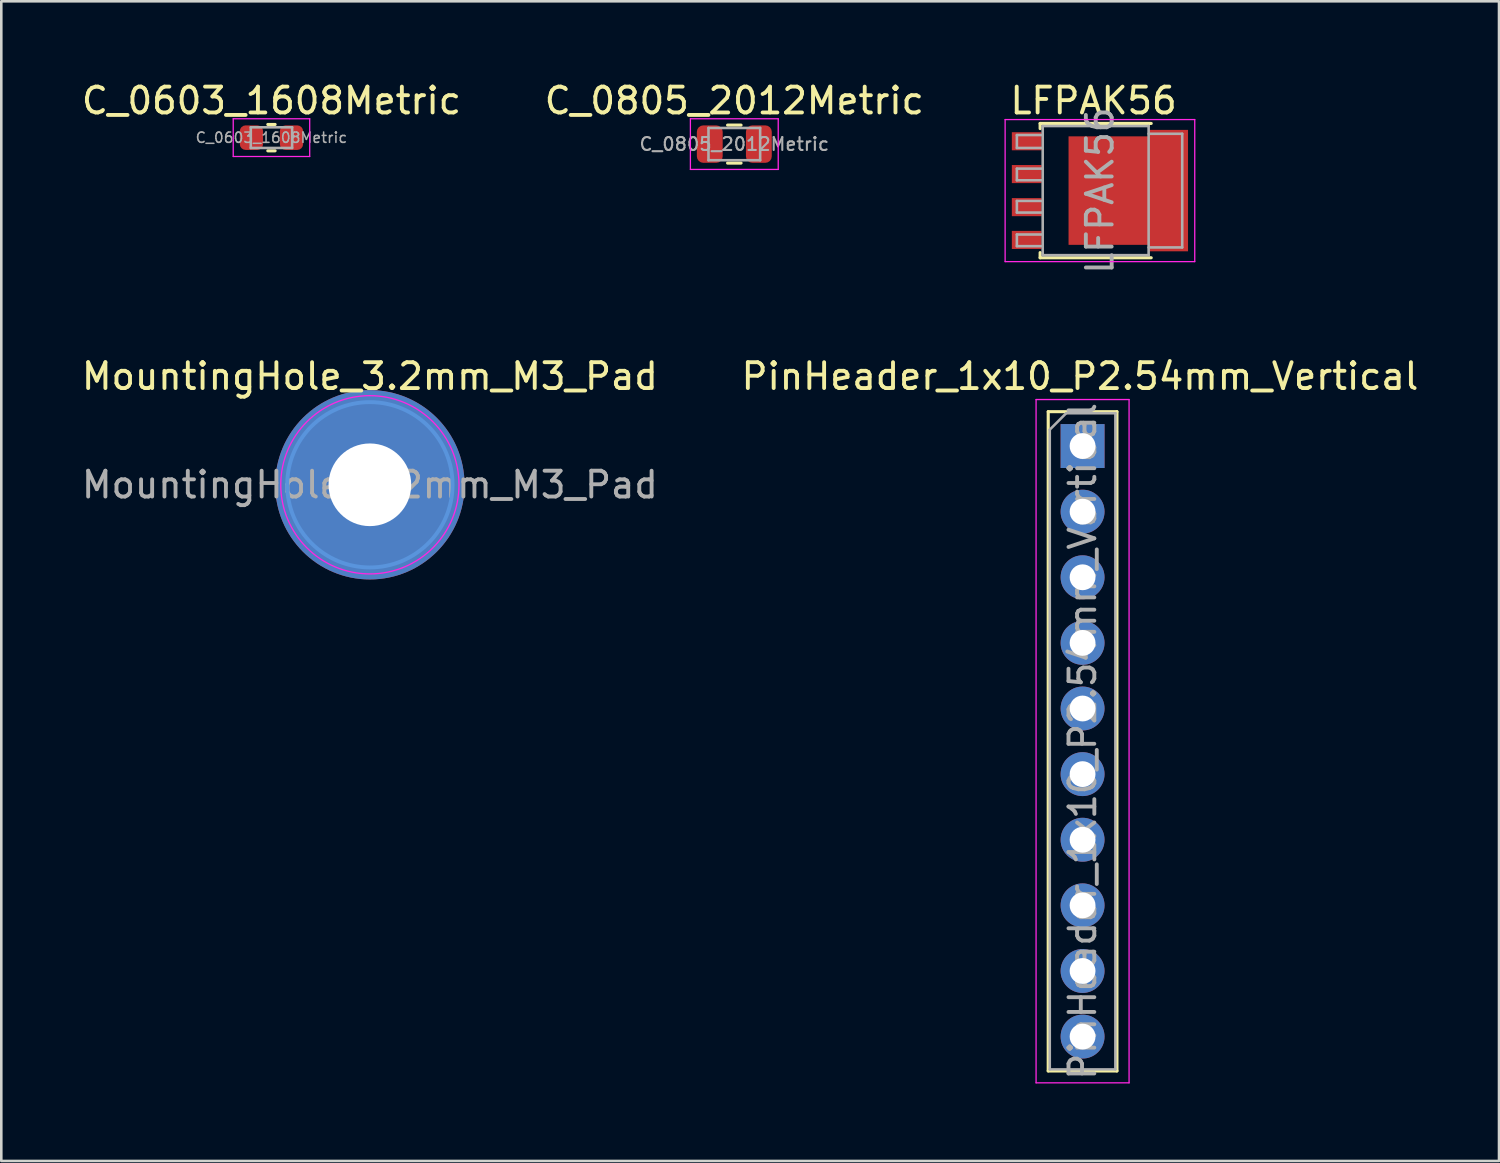
<source format=kicad_pcb>
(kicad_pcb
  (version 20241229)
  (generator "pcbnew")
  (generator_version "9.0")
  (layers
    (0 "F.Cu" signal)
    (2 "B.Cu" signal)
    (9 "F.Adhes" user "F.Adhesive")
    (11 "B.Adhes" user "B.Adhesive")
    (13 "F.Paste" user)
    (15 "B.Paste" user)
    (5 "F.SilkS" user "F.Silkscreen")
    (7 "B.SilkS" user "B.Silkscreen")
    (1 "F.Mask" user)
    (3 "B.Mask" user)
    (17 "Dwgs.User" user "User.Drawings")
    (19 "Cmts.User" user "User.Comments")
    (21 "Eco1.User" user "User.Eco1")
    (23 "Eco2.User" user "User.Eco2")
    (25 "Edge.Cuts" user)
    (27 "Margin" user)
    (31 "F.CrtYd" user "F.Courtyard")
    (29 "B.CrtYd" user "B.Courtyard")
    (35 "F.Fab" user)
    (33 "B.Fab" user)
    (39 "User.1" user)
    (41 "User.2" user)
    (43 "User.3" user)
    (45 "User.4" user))
  (footprint "LFPAK56"
    (layer "F.Cu")
    (at 39.363 4.328)
    (property "Reference" "LFPAK56" (at -0.08 -3.48 0) (layer "F.SilkS") (effects (font (size 1 1) (thickness 0.15))))
    (attr smd)
    (fp_line (start -2.15 -2.6) (end -2.15 -2.4) (stroke (width 0.12) (type solid)) (layer "F.SilkS"))
    (fp_line (start -2.15 2.4) (end -2.15 2.6) (stroke (width 0.12) (type solid)) (layer "F.SilkS"))
    (fp_line (start -2.15 2.6) (end 2.15 2.6) (stroke (width 0.12) (type solid)) (layer "F.SilkS"))
    (fp_line (start 2.15 -2.6) (end -2.15 -2.6) (stroke (width 0.12) (type solid)) (layer "F.SilkS"))
    (fp_line (start -3.505 2.75) (end -3.505 -2.75) (stroke (width 0.05) (type solid)) (layer "F.CrtYd"))
    (fp_line (start -3.505 2.75) (end 3.835 2.75) (stroke (width 0.05) (type solid)) (layer "F.CrtYd"))
    (fp_line (start 3.835 -2.75) (end -3.505 -2.75) (stroke (width 0.05) (type solid)) (layer "F.CrtYd"))
    (fp_line (start 3.835 -2.75) (end 3.835 2.75) (stroke (width 0.05) (type solid)) (layer "F.CrtYd"))
    (fp_line (start -3.05 -2.15) (end -3.05 -1.65) (stroke (width 0.1) (type solid)) (layer "F.Fab"))
    (fp_line (start -3.05 -2.15) (end -2.05 -2.15) (stroke (width 0.1) (type solid)) (layer "F.Fab"))
    (fp_line (start -3.05 -1.65) (end -2.05 -1.65) (stroke (width 0.1) (type solid)) (layer "F.Fab"))
    (fp_line (start -3.05 -0.85) (end -3.05 -0.4) (stroke (width 0.1) (type solid)) (layer "F.Fab"))
    (fp_line (start -3.05 -0.4) (end -2.05 -0.4) (stroke (width 0.1) (type solid)) (layer "F.Fab"))
    (fp_line (start -3.05 0.4) (end -3.05 0.85) (stroke (width 0.1) (type solid)) (layer "F.Fab"))
    (fp_line (start -3.05 0.85) (end -2.05 0.85) (stroke (width 0.1) (type solid)) (layer "F.Fab"))
    (fp_line (start -3.05 1.7) (end -3.05 2.15) (stroke (width 0.1) (type solid)) (layer "F.Fab"))
    (fp_line (start -3.05 2.15) (end -2.05 2.15) (stroke (width 0.1) (type solid)) (layer "F.Fab"))
    (fp_line (start -2.05 -2.5) (end -2.05 2.5) (stroke (width 0.1) (type solid)) (layer "F.Fab"))
    (fp_line (start -2.05 -0.85) (end -3.05 -0.85) (stroke (width 0.1) (type solid)) (layer "F.Fab"))
    (fp_line (start -2.05 0.4) (end -3.05 0.4) (stroke (width 0.1) (type solid)) (layer "F.Fab"))
    (fp_line (start -2.05 1.7) (end -3.05 1.7) (stroke (width 0.1) (type solid)) (layer "F.Fab"))
    (fp_line (start -2.05 2.5) (end 2.05 2.5) (stroke (width 0.1) (type solid)) (layer "F.Fab"))
    (fp_line (start 2.05 -2.5) (end -2.05 -2.5) (stroke (width 0.1) (type solid)) (layer "F.Fab"))
    (fp_line (start 2.05 2.5) (end 2.05 -2.5) (stroke (width 0.1) (type solid)) (layer "F.Fab"))
    (fp_line (start 3.35 -2.2) (end 2.05 -2.2) (stroke (width 0.1) (type solid)) (layer "F.Fab"))
    (fp_line (start 3.35 -2.2) (end 3.35 2.2) (stroke (width 0.1) (type solid)) (layer "F.Fab"))
    (fp_line (start 3.35 2.2) (end 2.05 2.2) (stroke (width 0.1) (type solid)) (layer "F.Fab"))
    (fp_text user "${REFERENCE}" (at 0.165 0 270) (layer "F.Fab") (effects (font (size 1 1) (thickness 0.15))))
    (pad "" smd rect (at -0.5 -1.15) (size 0.6 0.9) (layers "F.Paste"))
    (pad "" smd rect (at -0.5 0) (size 0.6 0.9) (layers "F.Paste"))
    (pad "" smd rect (at -0.5 1.15) (size 0.6 0.9) (layers "F.Paste"))
    (pad "" smd rect (at 0.35 -1.15) (size 0.6 0.9) (layers "F.Paste"))
    (pad "" smd rect (at 0.35 0) (size 0.6 0.9) (layers "F.Paste"))
    (pad "" smd rect (at 0.35 1.15) (size 0.6 0.9) (layers "F.Paste"))
    (pad "" smd rect (at 1.2 -1.15) (size 0.6 0.9) (layers "F.Paste"))
    (pad "" smd rect (at 1.2 0) (size 0.6 0.9) (layers "F.Paste"))
    (pad "" smd rect (at 1.2 1.15) (size 0.6 0.9) (layers "F.Paste"))
    (pad "" smd rect (at 3.05 -1.88 270) (size 0.6 0.9) (layers "F.Paste"))
    (pad "" smd rect (at 3.05 -0.6 270) (size 0.6 0.9) (layers "F.Paste"))
    (pad "" smd rect (at 3.05 0.6 270) (size 0.6 0.9) (layers "F.Paste"))
    (pad "" smd rect (at 3.05 1.88 270) (size 0.6 0.9) (layers "F.Paste"))
    (pad "1" smd rect (at -2.67 -1.91 270) (size 0.7 1.15) (layers "F.Cu" "F.Mask" "F.Paste"))
    (pad "2" smd rect (at -2.67 -0.64 270) (size 0.7 1.15) (layers "F.Cu" "F.Mask" "F.Paste"))
    (pad "3" smd rect (at -2.67 0.64 270) (size 0.7 1.15) (layers "F.Cu" "F.Mask" "F.Paste"))
    (pad "4" smd rect (at -2.67 1.91 270) (size 0.7 1.15) (layers "F.Cu" "F.Mask" "F.Paste"))
    (pad "5" smd custom (at 0.6 0) (size 3.3 4.2) (layers "F.Cu" "F.Mask") (options (anchor rect)) (primitives (gr_poly (pts (xy 2.975 2.35) (xy 1.425 2.35) (xy 1.425 -2.35) (xy 2.975 -2.35)) (width 0) (fill yes)))))
  (footprint "C_0603_1608Metric"
    (layer "F.Cu")
    (at 7.458 2.278)
    (property "Reference" "C_0603_1608Metric" (at 0 -1.43 0) (layer "F.SilkS") (effects (font (size 1 1) (thickness 0.15))))
    (attr smd)
    (fp_line (start -0.141 -0.51) (end 0.141 -0.51) (stroke (width 0.12) (type solid)) (layer "F.SilkS"))
    (fp_line (start -0.141 0.51) (end 0.141 0.51) (stroke (width 0.12) (type solid)) (layer "F.SilkS"))
    (fp_line (start -1.48 -0.73) (end 1.48 -0.73) (stroke (width 0.05) (type solid)) (layer "F.CrtYd"))
    (fp_line (start -1.48 0.73) (end -1.48 -0.73) (stroke (width 0.05) (type solid)) (layer "F.CrtYd"))
    (fp_line (start 1.48 -0.73) (end 1.48 0.73) (stroke (width 0.05) (type solid)) (layer "F.CrtYd"))
    (fp_line (start 1.48 0.73) (end -1.48 0.73) (stroke (width 0.05) (type solid)) (layer "F.CrtYd"))
    (fp_line (start -0.8 -0.4) (end 0.8 -0.4) (stroke (width 0.1) (type solid)) (layer "F.Fab"))
    (fp_line (start -0.8 0.4) (end -0.8 -0.4) (stroke (width 0.1) (type solid)) (layer "F.Fab"))
    (fp_line (start 0.8 -0.4) (end 0.8 0.4) (stroke (width 0.1) (type solid)) (layer "F.Fab"))
    (fp_line (start 0.8 0.4) (end -0.8 0.4) (stroke (width 0.1) (type solid)) (layer "F.Fab"))
    (fp_text user "${REFERENCE}" (at 0 0 0) (layer "F.Fab") (effects (font (size 0.4 0.4) (thickness 0.06))))
    (pad "1" smd roundrect (at -0.775 0 180) (size 0.9 0.95) (layers "F.Cu" "F.Mask" "F.Paste") (roundrect_rratio 0.25))
    (pad "2" smd roundrect (at 0.775 0 180) (size 0.9 0.95) (layers "F.Cu" "F.Mask" "F.Paste") (roundrect_rratio 0.25)))
  (footprint "MountingHole_3.2mm_M3_Pad"
    (layer "F.Cu")
    (at 11.268 15.716)
    (property "Reference" "MountingHole_3.2mm_M3_Pad" (at 0 -4.2 0) (layer "F.SilkS") (effects (font (size 1 1) (thickness 0.15))))
    (attr exclude_from_pos_files exclude_from_bom)
    (fp_circle (center 0 0) (end 3.2 0) (stroke (width 0.15) (type solid)) (fill no) (layer "Cmts.User"))
    (fp_circle (center 0 0) (end 3.45 0) (stroke (width 0.05) (type solid)) (fill no) (layer "F.CrtYd"))
    (fp_text user "${REFERENCE}" (at 0 0 0) (layer "F.Fab") (effects (font (size 1 1) (thickness 0.15))))
    (pad "1" thru_hole circle (at 0 0) (size 7.33 7.33) (drill 3.2) (layers "*.Cu" "*.Mask")))
  (footprint "PinHeader_1x10_P2.54mm_Vertical"
    (layer "F.Cu")
    (at 38.856 14.216)
    (property "Reference" "PinHeader_1x10_P2.54mm_Vertical" (at -0.1 -2.7 0) (layer "F.SilkS") (effects (font (size 1 1) (thickness 0.15))))
    (attr through_hole)
    (fp_line (start -1.33 -1.33) (end -1.33 24.19) (stroke (width 0.12) (type solid)) (layer "F.SilkS"))
    (fp_line (start -1.33 -1.33) (end 1.33 -1.33) (stroke (width 0.12) (type solid)) (layer "F.SilkS"))
    (fp_line (start -1.33 24.19) (end 1.33 24.19) (stroke (width 0.12) (type solid)) (layer "F.SilkS"))
    (fp_line (start 1.33 -1.33) (end 1.33 24.19) (stroke (width 0.12) (type solid)) (layer "F.SilkS"))
    (fp_line (start -1.8 -1.8) (end -1.8 24.65) (stroke (width 0.05) (type solid)) (layer "F.CrtYd"))
    (fp_line (start -1.8 24.65) (end 1.8 24.65) (stroke (width 0.05) (type solid)) (layer "F.CrtYd"))
    (fp_line (start 1.8 -1.8) (end -1.8 -1.8) (stroke (width 0.05) (type solid)) (layer "F.CrtYd"))
    (fp_line (start 1.8 24.65) (end 1.8 -1.8) (stroke (width 0.05) (type solid)) (layer "F.CrtYd"))
    (fp_line (start -1.27 -0.635) (end -0.635 -1.27) (stroke (width 0.1) (type solid)) (layer "F.Fab"))
    (fp_line (start -1.27 24.13) (end -1.27 -0.635) (stroke (width 0.1) (type solid)) (layer "F.Fab"))
    (fp_line (start -0.635 -1.27) (end 1.27 -1.27) (stroke (width 0.1) (type solid)) (layer "F.Fab"))
    (fp_line (start 1.27 -1.27) (end 1.27 24.13) (stroke (width 0.1) (type solid)) (layer "F.Fab"))
    (fp_line (start 1.27 24.13) (end -1.27 24.13) (stroke (width 0.1) (type solid)) (layer "F.Fab"))
    (fp_text user "${REFERENCE}" (at 0 11.43 270) (layer "F.Fab") (effects (font (size 1 1) (thickness 0.15))))
    (pad "1" thru_hole rect (at 0 0) (size 1.7 1.7) (drill 1) (layers "*.Cu" "*.Mask"))
    (pad "2" thru_hole oval (at 0 2.54) (size 1.7 1.7) (drill 1) (layers "*.Cu" "*.Mask"))
    (pad "3" thru_hole oval (at 0 5.08) (size 1.7 1.7) (drill 1) (layers "*.Cu" "*.Mask"))
    (pad "4" thru_hole oval (at 0 7.62) (size 1.7 1.7) (drill 1) (layers "*.Cu" "*.Mask"))
    (pad "5" thru_hole oval (at 0 10.16) (size 1.7 1.7) (drill 1) (layers "*.Cu" "*.Mask"))
    (pad "6" thru_hole oval (at 0 12.7) (size 1.7 1.7) (drill 1) (layers "*.Cu" "*.Mask"))
    (pad "7" thru_hole oval (at 0 15.24) (size 1.7 1.7) (drill 1) (layers "*.Cu" "*.Mask"))
    (pad "8" thru_hole oval (at 0 17.78) (size 1.7 1.7) (drill 1) (layers "*.Cu" "*.Mask"))
    (pad "9" thru_hole oval (at 0 20.32) (size 1.7 1.7) (drill 1) (layers "*.Cu" "*.Mask"))
    (pad "10" thru_hole oval (at 0 22.86) (size 1.7 1.7) (drill 1) (layers "*.Cu" "*.Mask")))
  (footprint "C_0805_2012Metric"
    (layer "F.Cu")
    (at 25.375 2.528)
    (property "Reference" "C_0805_2012Metric" (at 0 -1.68 0) (layer "F.SilkS") (effects (font (size 1 1) (thickness 0.15))))
    (attr smd)
    (fp_line (start -0.261 -0.735) (end 0.261 -0.735) (stroke (width 0.12) (type solid)) (layer "F.SilkS"))
    (fp_line (start -0.261 0.735) (end 0.261 0.735) (stroke (width 0.12) (type solid)) (layer "F.SilkS"))
    (fp_line (start -1.7 -0.98) (end 1.7 -0.98) (stroke (width 0.05) (type solid)) (layer "F.CrtYd"))
    (fp_line (start -1.7 0.98) (end -1.7 -0.98) (stroke (width 0.05) (type solid)) (layer "F.CrtYd"))
    (fp_line (start 1.7 -0.98) (end 1.7 0.98) (stroke (width 0.05) (type solid)) (layer "F.CrtYd"))
    (fp_line (start 1.7 0.98) (end -1.7 0.98) (stroke (width 0.05) (type solid)) (layer "F.CrtYd"))
    (fp_line (start -1 -0.625) (end 1 -0.625) (stroke (width 0.1) (type solid)) (layer "F.Fab"))
    (fp_line (start -1 0.625) (end -1 -0.625) (stroke (width 0.1) (type solid)) (layer "F.Fab"))
    (fp_line (start 1 -0.625) (end 1 0.625) (stroke (width 0.1) (type solid)) (layer "F.Fab"))
    (fp_line (start 1 0.625) (end -1 0.625) (stroke (width 0.1) (type solid)) (layer "F.Fab"))
    (fp_text user "${REFERENCE}" (at 0 0 0) (layer "F.Fab") (effects (font (size 0.5 0.5) (thickness 0.08))))
    (pad "1" smd roundrect (at -0.95 0 180) (size 1 1.45) (layers "F.Cu" "F.Mask" "F.Paste") (roundrect_rratio 0.25))
    (pad "2" smd roundrect (at 0.95 0 180) (size 1 1.45) (layers "F.Cu" "F.Mask" "F.Paste") (roundrect_rratio 0.25)))
  (gr_rect
    (start -3 -3)
    (end 54.976 41.891)
    (stroke (width 0.1) (type default))
    (fill no)
    (layer "Edge.Cuts")))
</source>
